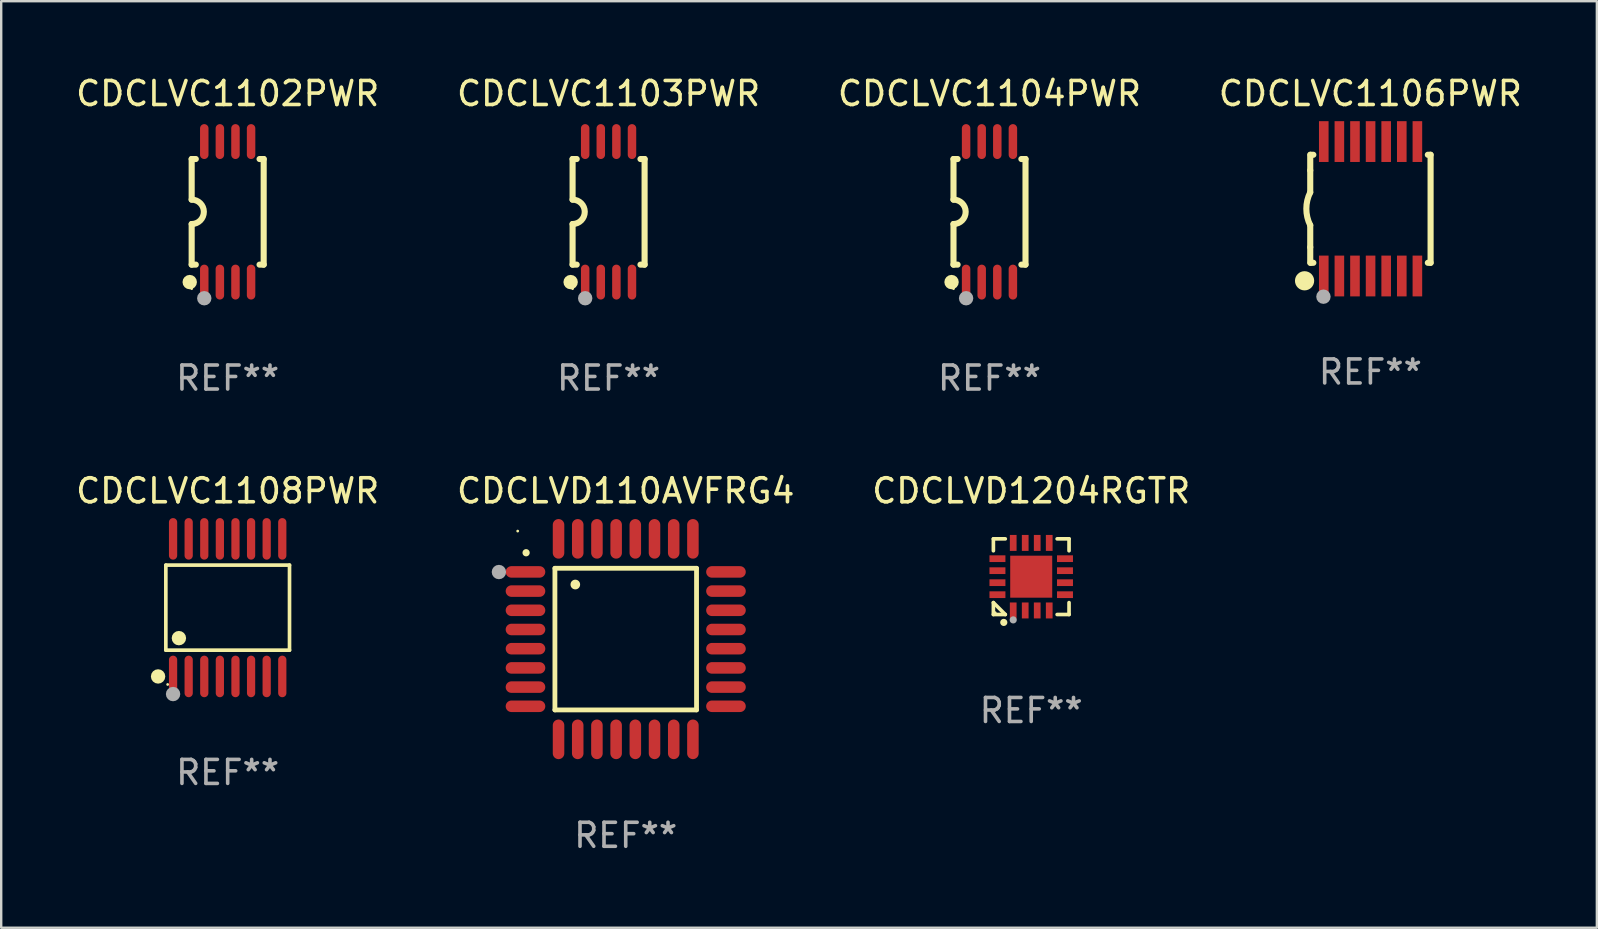
<source format=kicad_pcb>
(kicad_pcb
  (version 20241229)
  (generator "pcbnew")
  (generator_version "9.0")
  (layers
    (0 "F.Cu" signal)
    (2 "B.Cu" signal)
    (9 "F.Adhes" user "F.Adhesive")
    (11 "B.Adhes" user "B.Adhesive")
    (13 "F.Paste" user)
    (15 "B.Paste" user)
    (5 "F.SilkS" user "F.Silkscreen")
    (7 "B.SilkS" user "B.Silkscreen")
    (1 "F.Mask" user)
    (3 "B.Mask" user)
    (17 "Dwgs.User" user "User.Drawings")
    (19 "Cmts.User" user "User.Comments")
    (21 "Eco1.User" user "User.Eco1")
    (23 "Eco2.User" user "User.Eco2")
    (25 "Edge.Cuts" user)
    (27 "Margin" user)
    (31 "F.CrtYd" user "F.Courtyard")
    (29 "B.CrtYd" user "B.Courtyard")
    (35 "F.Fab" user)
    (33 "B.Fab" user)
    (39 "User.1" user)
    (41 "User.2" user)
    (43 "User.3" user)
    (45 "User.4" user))
  (footprint "CDCLVC1106PWR"
    (layer "F.Cu")
    (at 54.042 5.648)
    (property "Reference" "CDCLVC1106PWR" (at 0 -4.8 0) (layer "F.SilkS") (effects (font (size 1 1) (thickness 0.15))))
    (attr through_hole)
    (fp_line (start -2.507 -1.6) (end -2.507 -2.25) (stroke (width 0.254) (type solid)) (layer "F.SilkS"))
    (fp_line (start -2.507 -0.686) (end -2.507 -1.6) (stroke (width 0.254) (type solid)) (layer "F.SilkS"))
    (fp_line (start -2.507 1.6) (end -2.507 0.686) (stroke (width 0.254) (type solid)) (layer "F.SilkS"))
    (fp_line (start -2.507 1.6) (end -2.507 2.25) (stroke (width 0.254) (type solid)) (layer "F.SilkS"))
    (fp_line (start -2.493 -2.25) (end -2.377 -2.25) (stroke (width 0.254) (type solid)) (layer "F.SilkS"))
    (fp_line (start -2.377 2.25) (end -2.493 2.25) (stroke (width 0.254) (type solid)) (layer "F.SilkS"))
    (fp_line (start 2.392 -2.25) (end 2.507 -2.25) (stroke (width 0.254) (type solid)) (layer "F.SilkS"))
    (fp_line (start 2.507 -2.25) (end 2.507 2.25) (stroke (width 0.254) (type solid)) (layer "F.SilkS"))
    (fp_line (start 2.507 2.25) (end 2.392 2.25) (stroke (width 0.254) (type solid)) (layer "F.SilkS"))
    (fp_arc (start -2.507303 0.685802) (mid -2.669199 0) (end -2.507303 -0.685801) (stroke (width 0.254001) (type solid)) (layer "F.SilkS"))
    (fp_circle (center -2.743 3) (end -2.543 3) (stroke (width 0.4) (type solid)) (fill no) (layer "F.SilkS"))
    (fp_circle (center -2.493 3.2) (end -2.463 3.2) (stroke (width 0.06) (type solid)) (fill no) (layer "F.SilkS"))
    (fp_circle (center -1.957 3.662) (end -1.807 3.662) (stroke (width 0.3) (type solid)) (fill no) (layer "F.Fab"))
    (fp_text user "REF**" (at 0 6.8 0) (layer "F.Fab") (effects (font (size 1 1) (thickness 0.15))))
    (pad "1" smd rect (at -1.943 2.8) (size 0.4 1.7) (layers "F.Cu" "F.Mask" "F.Paste"))
    (pad "2" smd rect (at -1.293 2.8) (size 0.4 1.7) (layers "F.Cu" "F.Mask" "F.Paste"))
    (pad "3" smd rect (at -0.643 2.8) (size 0.4 1.7) (layers "F.Cu" "F.Mask" "F.Paste"))
    (pad "4" smd rect (at 0.007 2.8) (size 0.4 1.7) (layers "F.Cu" "F.Mask" "F.Paste"))
    (pad "5" smd rect (at 0.657 2.8) (size 0.4 1.7) (layers "F.Cu" "F.Mask" "F.Paste"))
    (pad "6" smd rect (at 1.307 2.8) (size 0.4 1.7) (layers "F.Cu" "F.Mask" "F.Paste"))
    (pad "7" smd rect (at 1.957 2.8) (size 0.4 1.7) (layers "F.Cu" "F.Mask" "F.Paste"))
    (pad "8" smd rect (at 1.957 -2.8) (size 0.4 1.7) (layers "F.Cu" "F.Mask" "F.Paste"))
    (pad "9" smd rect (at 1.307 -2.8) (size 0.4 1.7) (layers "F.Cu" "F.Mask" "F.Paste"))
    (pad "10" smd rect (at 0.657 -2.8) (size 0.4 1.7) (layers "F.Cu" "F.Mask" "F.Paste"))
    (pad "11" smd rect (at 0.007 -2.8) (size 0.4 1.7) (layers "F.Cu" "F.Mask" "F.Paste"))
    (pad "12" smd rect (at -0.643 -2.8) (size 0.4 1.7) (layers "F.Cu" "F.Mask" "F.Paste"))
    (pad "13" smd rect (at -1.293 -2.8) (size 0.4 1.7) (layers "F.Cu" "F.Mask" "F.Paste"))
    (pad "14" smd rect (at -1.943 -2.8) (size 0.4 1.7) (layers "F.Cu" "F.Mask" "F.Paste")))
  (footprint "CDCLVC1104PWR"
    (layer "F.Cu")
    (at 38.173 5.775)
    (property "Reference" "CDCLVC1104PWR" (at 0 -4.927 0) (layer "F.SilkS") (effects (font (size 1 1) (thickness 0.15))))
    (attr through_hole)
    (fp_line (start -1.5 -2.2) (end -1.5 -0.508) (stroke (width 0.254) (type solid)) (layer "F.SilkS"))
    (fp_line (start -1.5 -2.2) (end -1.328 -2.2) (stroke (width 0.254) (type solid)) (layer "F.SilkS"))
    (fp_line (start -1.5 2.2) (end -1.5 0.508) (stroke (width 0.254) (type solid)) (layer "F.SilkS"))
    (fp_line (start -1.5 2.2) (end -1.328 2.2) (stroke (width 0.254) (type solid)) (layer "F.SilkS"))
    (fp_line (start 1.328 -2.2) (end 1.5 -2.2) (stroke (width 0.254) (type solid)) (layer "F.SilkS"))
    (fp_line (start 1.328 2.2) (end 1.5 2.2) (stroke (width 0.254) (type solid)) (layer "F.SilkS"))
    (fp_line (start 1.5 -2.2) (end 1.5 2.2) (stroke (width 0.254) (type solid)) (layer "F.SilkS"))
    (fp_arc (start -1.501144 -0.508) (mid -0.993143 -0.000571) (end -1.5 0.508001) (stroke (width 0.254001) (type solid)) (layer "F.SilkS"))
    (fp_circle (center -1.581 2.927) (end -1.431 2.927) (stroke (width 0.3) (type solid)) (fill no) (layer "F.SilkS"))
    (fp_circle (center -1.5 3.2) (end -1.47 3.2) (stroke (width 0.06) (type solid)) (fill no) (layer "F.SilkS"))
    (fp_circle (center -0.975 3.6) (end -0.825 3.6) (stroke (width 0.3) (type solid)) (fill no) (layer "F.Fab"))
    (fp_text user "REF**" (at 0 6.927 0) (layer "F.Fab") (effects (font (size 1 1) (thickness 0.15))))
    (pad "1" smd oval (at -0.975 2.927) (size 0.353 1.454) (layers "F.Cu" "F.Mask" "F.Paste"))
    (pad "2" smd oval (at -0.325 2.927) (size 0.353 1.454) (layers "F.Cu" "F.Mask" "F.Paste"))
    (pad "3" smd oval (at 0.325 2.927) (size 0.353 1.454) (layers "F.Cu" "F.Mask" "F.Paste"))
    (pad "4" smd oval (at 0.975 2.927) (size 0.353 1.454) (layers "F.Cu" "F.Mask" "F.Paste"))
    (pad "5" smd oval (at 0.975 -2.927) (size 0.353 1.454) (layers "F.Cu" "F.Mask" "F.Paste"))
    (pad "6" smd oval (at 0.325 -2.927) (size 0.353 1.454) (layers "F.Cu" "F.Mask" "F.Paste"))
    (pad "7" smd oval (at -0.325 -2.927) (size 0.353 1.454) (layers "F.Cu" "F.Mask" "F.Paste"))
    (pad "8" smd oval (at -0.975 -2.927) (size 0.353 1.454) (layers "F.Cu" "F.Mask" "F.Paste")))
  (footprint "CDCLVD110AVFRG4"
    (layer "F.Cu")
    (at 23.018 23.575)
    (property "Reference" "CDCLVD110AVFRG4" (at 0 -6.176 0) (layer "F.SilkS") (effects (font (size 1 1) (thickness 0.15))))
    (attr through_hole)
    (fp_line (start -2.95 -2.95) (end -2.95 2.95) (stroke (width 0.2) (type solid)) (layer "F.SilkS"))
    (fp_line (start -2.95 2.95) (end 2.95 2.95) (stroke (width 0.2) (type solid)) (layer "F.SilkS"))
    (fp_line (start 2.95 -2.95) (end -2.95 -2.95) (stroke (width 0.2) (type solid)) (layer "F.SilkS"))
    (fp_line (start 2.95 2.95) (end 2.95 -2.95) (stroke (width 0.2) (type solid)) (layer "F.SilkS"))
    (fp_arc (start -4.150178 -3.596622) (mid -4.150183 -3.597892) (end -4.150178 -3.599162) (stroke (width 0.3) (type solid)) (layer "F.SilkS"))
    (fp_arc (start -2.100394 -2.270739) (mid -2.10041 -2.273279) (end -2.100394 -2.275819) (stroke (width 0.4) (type solid)) (layer "F.SilkS"))
    (fp_circle (center -4.5 -4.5) (end -4.47 -4.5) (stroke (width 0.06) (type solid)) (fill no) (layer "F.SilkS"))
    (fp_circle (center -5.283 -2.794) (end -5.133 -2.794) (stroke (width 0.3) (type solid)) (fill no) (layer "F.Fab"))
    (fp_text user "REF**" (at 0 8.176 0) (layer "F.Fab") (effects (font (size 1 1) (thickness 0.15))))
    (pad "1" smd oval (at -4.176 -2.799 90) (size 0.48 1.65) (layers "F.Cu" "F.Mask" "F.Paste"))
    (pad "2" smd oval (at -4.176 -2 90) (size 0.48 1.65) (layers "F.Cu" "F.Mask" "F.Paste"))
    (pad "3" smd oval (at -4.176 -1.2 90) (size 0.48 1.65) (layers "F.Cu" "F.Mask" "F.Paste"))
    (pad "4" smd oval (at -4.176 -0.4 90) (size 0.48 1.65) (layers "F.Cu" "F.Mask" "F.Paste"))
    (pad "5" smd oval (at -4.176 0.4 90) (size 0.48 1.65) (layers "F.Cu" "F.Mask" "F.Paste"))
    (pad "6" smd oval (at -4.176 1.2 90) (size 0.48 1.65) (layers "F.Cu" "F.Mask" "F.Paste"))
    (pad "7" smd oval (at -4.176 2 90) (size 0.48 1.65) (layers "F.Cu" "F.Mask" "F.Paste"))
    (pad "8" smd oval (at -4.176 2.799 90) (size 0.48 1.65) (layers "F.Cu" "F.Mask" "F.Paste"))
    (pad "9" smd oval (at -2.799 4.176) (size 0.48 1.65) (layers "F.Cu" "F.Mask" "F.Paste"))
    (pad "10" smd oval (at -2 4.176) (size 0.48 1.65) (layers "F.Cu" "F.Mask" "F.Paste"))
    (pad "11" smd oval (at -1.2 4.176) (size 0.48 1.65) (layers "F.Cu" "F.Mask" "F.Paste"))
    (pad "12" smd oval (at -0.4 4.176) (size 0.48 1.65) (layers "F.Cu" "F.Mask" "F.Paste"))
    (pad "13" smd oval (at 0.4 4.176) (size 0.48 1.65) (layers "F.Cu" "F.Mask" "F.Paste"))
    (pad "14" smd oval (at 1.2 4.176) (size 0.48 1.65) (layers "F.Cu" "F.Mask" "F.Paste"))
    (pad "15" smd oval (at 2 4.176) (size 0.48 1.65) (layers "F.Cu" "F.Mask" "F.Paste"))
    (pad "16" smd oval (at 2.799 4.176) (size 0.48 1.65) (layers "F.Cu" "F.Mask" "F.Paste"))
    (pad "17" smd oval (at 4.176 2.799 90) (size 0.48 1.65) (layers "F.Cu" "F.Mask" "F.Paste"))
    (pad "18" smd oval (at 4.176 2 90) (size 0.48 1.65) (layers "F.Cu" "F.Mask" "F.Paste"))
    (pad "19" smd oval (at 4.176 1.2 90) (size 0.48 1.65) (layers "F.Cu" "F.Mask" "F.Paste"))
    (pad "20" smd oval (at 4.176 0.4 90) (size 0.48 1.65) (layers "F.Cu" "F.Mask" "F.Paste"))
    (pad "21" smd oval (at 4.176 -0.4 90) (size 0.48 1.65) (layers "F.Cu" "F.Mask" "F.Paste"))
    (pad "22" smd oval (at 4.176 -1.2 90) (size 0.48 1.65) (layers "F.Cu" "F.Mask" "F.Paste"))
    (pad "23" smd oval (at 4.176 -2 90) (size 0.48 1.65) (layers "F.Cu" "F.Mask" "F.Paste"))
    (pad "24" smd oval (at 4.176 -2.799 90) (size 0.48 1.65) (layers "F.Cu" "F.Mask" "F.Paste"))
    (pad "25" smd oval (at 2.799 -4.176) (size 0.48 1.65) (layers "F.Cu" "F.Mask" "F.Paste"))
    (pad "26" smd oval (at 1.999 -4.176) (size 0.48 1.65) (layers "F.Cu" "F.Mask" "F.Paste"))
    (pad "27" smd oval (at 1.199 -4.176) (size 0.48 1.65) (layers "F.Cu" "F.Mask" "F.Paste"))
    (pad "28" smd oval (at 0.399 -4.176) (size 0.48 1.65) (layers "F.Cu" "F.Mask" "F.Paste"))
    (pad "29" smd oval (at -0.399 -4.176) (size 0.48 1.65) (layers "F.Cu" "F.Mask" "F.Paste"))
    (pad "30" smd oval (at -1.199 -4.176) (size 0.48 1.65) (layers "F.Cu" "F.Mask" "F.Paste"))
    (pad "31" smd oval (at -1.999 -4.176) (size 0.48 1.65) (layers "F.Cu" "F.Mask" "F.Paste"))
    (pad "32" smd oval (at -2.799 -4.176) (size 0.48 1.65) (layers "F.Cu" "F.Mask" "F.Paste")))
  (footprint "CDCLVC1108PWR"
    (layer "F.Cu")
    (at 6.435 22.265)
    (property "Reference" "CDCLVC1108PWR" (at 0 -4.866 0) (layer "F.SilkS") (effects (font (size 1 1) (thickness 0.15))))
    (attr through_hole)
    (fp_line (start -2.576 -1.772) (end 2.576 -1.772) (stroke (width 0.152) (type solid)) (layer "F.SilkS"))
    (fp_line (start -2.576 1.771) (end -2.576 -1.772) (stroke (width 0.152) (type solid)) (layer "F.SilkS"))
    (fp_line (start 2.576 -1.772) (end 2.576 1.771) (stroke (width 0.152) (type solid)) (layer "F.SilkS"))
    (fp_line (start 2.576 1.771) (end -2.576 1.771) (stroke (width 0.152) (type solid)) (layer "F.SilkS"))
    (fp_circle (center -2.899 2.866) (end -2.749 2.866) (stroke (width 0.3) (type solid)) (fill no) (layer "F.SilkS"))
    (fp_circle (center -2.5 3.2) (end -2.47 3.2) (stroke (width 0.06) (type solid)) (fill no) (layer "F.SilkS"))
    (fp_circle (center -2.032 1.27) (end -1.882 1.27) (stroke (width 0.3) (type solid)) (fill no) (layer "F.SilkS"))
    (fp_circle (center -2.275 3.6) (end -2.125 3.6) (stroke (width 0.3) (type solid)) (fill no) (layer "F.Fab"))
    (fp_text user "REF**" (at 0 6.866 0) (layer "F.Fab") (effects (font (size 1 1) (thickness 0.15))))
    (pad "1" smd oval (at -2.275 2.866) (size 0.343 1.731) (layers "F.Cu" "F.Mask" "F.Paste"))
    (pad "2" smd oval (at -1.625 2.866) (size 0.343 1.731) (layers "F.Cu" "F.Mask" "F.Paste"))
    (pad "3" smd oval (at -0.975 2.866) (size 0.343 1.731) (layers "F.Cu" "F.Mask" "F.Paste"))
    (pad "4" smd oval (at -0.325 2.866) (size 0.343 1.731) (layers "F.Cu" "F.Mask" "F.Paste"))
    (pad "5" smd oval (at 0.325 2.866) (size 0.343 1.731) (layers "F.Cu" "F.Mask" "F.Paste"))
    (pad "6" smd oval (at 0.975 2.866) (size 0.343 1.731) (layers "F.Cu" "F.Mask" "F.Paste"))
    (pad "7" smd oval (at 1.625 2.866) (size 0.343 1.731) (layers "F.Cu" "F.Mask" "F.Paste"))
    (pad "8" smd oval (at 2.275 2.866) (size 0.343 1.731) (layers "F.Cu" "F.Mask" "F.Paste"))
    (pad "9" smd oval (at 2.275 -2.866) (size 0.343 1.731) (layers "F.Cu" "F.Mask" "F.Paste"))
    (pad "10" smd oval (at 1.625 -2.866) (size 0.343 1.731) (layers "F.Cu" "F.Mask" "F.Paste"))
    (pad "11" smd oval (at 0.975 -2.866) (size 0.343 1.731) (layers "F.Cu" "F.Mask" "F.Paste"))
    (pad "12" smd oval (at 0.325 -2.866) (size 0.343 1.731) (layers "F.Cu" "F.Mask" "F.Paste"))
    (pad "13" smd oval (at -0.325 -2.866) (size 0.343 1.731) (layers "F.Cu" "F.Mask" "F.Paste"))
    (pad "14" smd oval (at -0.975 -2.866) (size 0.343 1.731) (layers "F.Cu" "F.Mask" "F.Paste"))
    (pad "15" smd oval (at -1.625 -2.866) (size 0.343 1.731) (layers "F.Cu" "F.Mask" "F.Paste"))
    (pad "16" smd oval (at -2.275 -2.866) (size 0.343 1.731) (layers "F.Cu" "F.Mask" "F.Paste")))
  (footprint "CDCLVC1103PWR"
    (layer "F.Cu")
    (at 22.304 5.775)
    (property "Reference" "CDCLVC1103PWR" (at 0 -4.927 0) (layer "F.SilkS") (effects (font (size 1 1) (thickness 0.15))))
    (attr through_hole)
    (fp_line (start -1.5 -2.2) (end -1.5 -0.508) (stroke (width 0.254) (type solid)) (layer "F.SilkS"))
    (fp_line (start -1.5 -2.2) (end -1.328 -2.2) (stroke (width 0.254) (type solid)) (layer "F.SilkS"))
    (fp_line (start -1.5 2.2) (end -1.5 0.508) (stroke (width 0.254) (type solid)) (layer "F.SilkS"))
    (fp_line (start -1.5 2.2) (end -1.328 2.2) (stroke (width 0.254) (type solid)) (layer "F.SilkS"))
    (fp_line (start 1.328 -2.2) (end 1.5 -2.2) (stroke (width 0.254) (type solid)) (layer "F.SilkS"))
    (fp_line (start 1.328 2.2) (end 1.5 2.2) (stroke (width 0.254) (type solid)) (layer "F.SilkS"))
    (fp_line (start 1.5 -2.2) (end 1.5 2.2) (stroke (width 0.254) (type solid)) (layer "F.SilkS"))
    (fp_arc (start -1.501144 -0.508) (mid -0.993143 -0.000571) (end -1.5 0.508001) (stroke (width 0.254001) (type solid)) (layer "F.SilkS"))
    (fp_circle (center -1.581 2.927) (end -1.431 2.927) (stroke (width 0.3) (type solid)) (fill no) (layer "F.SilkS"))
    (fp_circle (center -1.5 3.2) (end -1.47 3.2) (stroke (width 0.06) (type solid)) (fill no) (layer "F.SilkS"))
    (fp_circle (center -0.975 3.6) (end -0.825 3.6) (stroke (width 0.3) (type solid)) (fill no) (layer "F.Fab"))
    (fp_text user "REF**" (at 0 6.927 0) (layer "F.Fab") (effects (font (size 1 1) (thickness 0.15))))
    (pad "1" smd oval (at -0.975 2.927) (size 0.353 1.454) (layers "F.Cu" "F.Mask" "F.Paste"))
    (pad "2" smd oval (at -0.325 2.927) (size 0.353 1.454) (layers "F.Cu" "F.Mask" "F.Paste"))
    (pad "3" smd oval (at 0.325 2.927) (size 0.353 1.454) (layers "F.Cu" "F.Mask" "F.Paste"))
    (pad "4" smd oval (at 0.975 2.927) (size 0.353 1.454) (layers "F.Cu" "F.Mask" "F.Paste"))
    (pad "5" smd oval (at 0.975 -2.927) (size 0.353 1.454) (layers "F.Cu" "F.Mask" "F.Paste"))
    (pad "6" smd oval (at 0.325 -2.927) (size 0.353 1.454) (layers "F.Cu" "F.Mask" "F.Paste"))
    (pad "7" smd oval (at -0.325 -2.927) (size 0.353 1.454) (layers "F.Cu" "F.Mask" "F.Paste"))
    (pad "8" smd oval (at -0.975 -2.927) (size 0.353 1.454) (layers "F.Cu" "F.Mask" "F.Paste")))
  (footprint "CDCLVC1102PWR"
    (layer "F.Cu")
    (at 6.435 5.775)
    (property "Reference" "CDCLVC1102PWR" (at 0 -4.927 0) (layer "F.SilkS") (effects (font (size 1 1) (thickness 0.15))))
    (attr through_hole)
    (fp_line (start -1.5 -2.2) (end -1.5 -0.508) (stroke (width 0.254) (type solid)) (layer "F.SilkS"))
    (fp_line (start -1.5 -2.2) (end -1.328 -2.2) (stroke (width 0.254) (type solid)) (layer "F.SilkS"))
    (fp_line (start -1.5 2.2) (end -1.5 0.508) (stroke (width 0.254) (type solid)) (layer "F.SilkS"))
    (fp_line (start -1.5 2.2) (end -1.328 2.2) (stroke (width 0.254) (type solid)) (layer "F.SilkS"))
    (fp_line (start 1.328 -2.2) (end 1.5 -2.2) (stroke (width 0.254) (type solid)) (layer "F.SilkS"))
    (fp_line (start 1.328 2.2) (end 1.5 2.2) (stroke (width 0.254) (type solid)) (layer "F.SilkS"))
    (fp_line (start 1.5 -2.2) (end 1.5 2.2) (stroke (width 0.254) (type solid)) (layer "F.SilkS"))
    (fp_arc (start -1.501144 -0.508) (mid -0.993143 -0.000571) (end -1.5 0.508001) (stroke (width 0.254001) (type solid)) (layer "F.SilkS"))
    (fp_circle (center -1.581 2.927) (end -1.431 2.927) (stroke (width 0.3) (type solid)) (fill no) (layer "F.SilkS"))
    (fp_circle (center -1.5 3.2) (end -1.47 3.2) (stroke (width 0.06) (type solid)) (fill no) (layer "F.SilkS"))
    (fp_circle (center -0.975 3.6) (end -0.825 3.6) (stroke (width 0.3) (type solid)) (fill no) (layer "F.Fab"))
    (fp_text user "REF**" (at 0 6.927 0) (layer "F.Fab") (effects (font (size 1 1) (thickness 0.15))))
    (pad "1" smd oval (at -0.975 2.927) (size 0.353 1.454) (layers "F.Cu" "F.Mask" "F.Paste"))
    (pad "2" smd oval (at -0.325 2.927) (size 0.353 1.454) (layers "F.Cu" "F.Mask" "F.Paste"))
    (pad "3" smd oval (at 0.325 2.927) (size 0.353 1.454) (layers "F.Cu" "F.Mask" "F.Paste"))
    (pad "4" smd oval (at 0.975 2.927) (size 0.353 1.454) (layers "F.Cu" "F.Mask" "F.Paste"))
    (pad "5" smd oval (at 0.975 -2.927) (size 0.353 1.454) (layers "F.Cu" "F.Mask" "F.Paste"))
    (pad "6" smd oval (at 0.325 -2.927) (size 0.353 1.454) (layers "F.Cu" "F.Mask" "F.Paste"))
    (pad "7" smd oval (at -0.325 -2.927) (size 0.353 1.454) (layers "F.Cu" "F.Mask" "F.Paste"))
    (pad "8" smd oval (at -0.975 -2.927) (size 0.353 1.454) (layers "F.Cu" "F.Mask" "F.Paste")))
  (footprint "CDCLVD1204RGTR"
    (layer "F.Cu")
    (at 39.911 20.975)
    (property "Reference" "CDCLVD1204RGTR" (at 0 -3.576 0) (layer "F.SilkS") (effects (font (size 1 1) (thickness 0.15))))
    (attr through_hole)
    (fp_line (start -1.576 -1.576) (end -1.08 -1.576) (stroke (width 0.152) (type solid)) (layer "F.SilkS"))
    (fp_line (start -1.576 -1.08) (end -1.576 -1.576) (stroke (width 0.152) (type solid)) (layer "F.SilkS"))
    (fp_line (start -1.576 1.08) (end -1.576 1.576) (stroke (width 0.152) (type solid)) (layer "F.SilkS"))
    (fp_line (start -1.576 1.576) (end -1.08 1.576) (stroke (width 0.152) (type solid)) (layer "F.SilkS"))
    (fp_line (start -1.08 1.576) (end -1.576 1.08) (stroke (width 0.152) (type solid)) (layer "F.SilkS"))
    (fp_line (start 1.576 -1.576) (end 1.08 -1.576) (stroke (width 0.152) (type solid)) (layer "F.SilkS"))
    (fp_line (start 1.576 -1.08) (end 1.576 -1.576) (stroke (width 0.152) (type solid)) (layer "F.SilkS"))
    (fp_line (start 1.576 1.08) (end 1.576 1.576) (stroke (width 0.152) (type solid)) (layer "F.SilkS"))
    (fp_line (start 1.576 1.576) (end 1.08 1.576) (stroke (width 0.152) (type solid)) (layer "F.SilkS"))
    (fp_circle (center -1.5 1.5) (end -1.47 1.5) (stroke (width 0.06) (type solid)) (fill no) (layer "F.SilkS"))
    (fp_circle (center -1.143 1.905) (end -1.068 1.905) (stroke (width 0.15) (type solid)) (fill no) (layer "F.SilkS"))
    (fp_circle (center -0.75 1.8) (end -0.675 1.8) (stroke (width 0.15) (type solid)) (fill no) (layer "F.Fab"))
    (fp_text user "REF**" (at 0 5.576 0) (layer "F.Fab") (effects (font (size 1 1) (thickness 0.15))))
    (pad "1" smd rect (at -0.75 1.407) (size 0.28 0.665) (layers "F.Cu" "F.Mask" "F.Paste"))
    (pad "2" smd rect (at -0.25 1.407) (size 0.28 0.665) (layers "F.Cu" "F.Mask" "F.Paste"))
    (pad "3" smd rect (at 0.25 1.407) (size 0.28 0.665) (layers "F.Cu" "F.Mask" "F.Paste"))
    (pad "4" smd rect (at 0.75 1.407) (size 0.28 0.665) (layers "F.Cu" "F.Mask" "F.Paste"))
    (pad "5" smd rect (at 1.407 0.75) (size 0.665 0.28) (layers "F.Cu" "F.Mask" "F.Paste"))
    (pad "6" smd rect (at 1.407 0.25) (size 0.665 0.28) (layers "F.Cu" "F.Mask" "F.Paste"))
    (pad "7" smd rect (at 1.407 -0.25) (size 0.665 0.28) (layers "F.Cu" "F.Mask" "F.Paste"))
    (pad "8" smd rect (at 1.407 -0.75) (size 0.665 0.28) (layers "F.Cu" "F.Mask" "F.Paste"))
    (pad "9" smd rect (at 0.75 -1.407) (size 0.28 0.665) (layers "F.Cu" "F.Mask" "F.Paste"))
    (pad "10" smd rect (at 0.25 -1.407) (size 0.28 0.665) (layers "F.Cu" "F.Mask" "F.Paste"))
    (pad "11" smd rect (at -0.25 -1.407) (size 0.28 0.665) (layers "F.Cu" "F.Mask" "F.Paste"))
    (pad "12" smd rect (at -0.75 -1.407) (size 0.28 0.665) (layers "F.Cu" "F.Mask" "F.Paste"))
    (pad "13" smd rect (at -1.407 -0.75) (size 0.665 0.28) (layers "F.Cu" "F.Mask" "F.Paste"))
    (pad "14" smd rect (at -1.407 -0.25) (size 0.665 0.28) (layers "F.Cu" "F.Mask" "F.Paste"))
    (pad "15" smd rect (at -1.407 0.25) (size 0.665 0.28) (layers "F.Cu" "F.Mask" "F.Paste"))
    (pad "16" smd rect (at -1.407 0.75) (size 0.665 0.28) (layers "F.Cu" "F.Mask" "F.Paste"))
    (pad "17" smd rect (at 0 0) (size 1.75 1.75) (layers "F.Cu" "F.Mask" "F.Paste")))
  (gr_rect
    (start -3 -3)
    (end 63.476 35.599)
    (stroke (width 0.1) (type default))
    (fill no)
    (layer "Edge.Cuts")))
</source>
